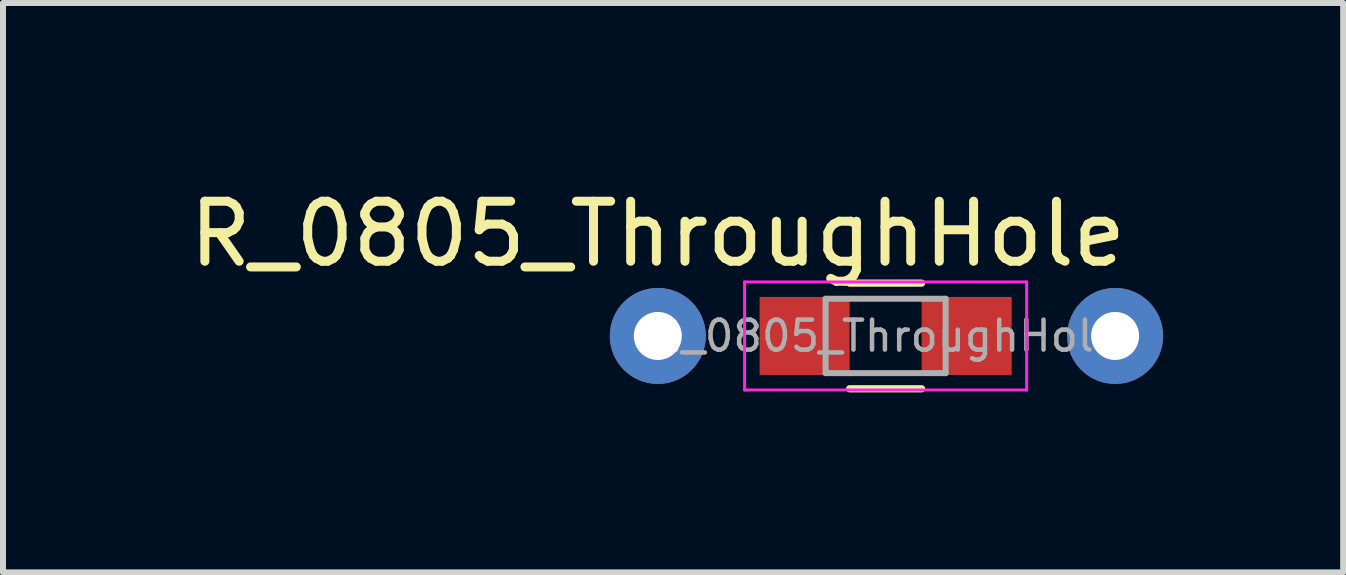
<source format=kicad_pcb>
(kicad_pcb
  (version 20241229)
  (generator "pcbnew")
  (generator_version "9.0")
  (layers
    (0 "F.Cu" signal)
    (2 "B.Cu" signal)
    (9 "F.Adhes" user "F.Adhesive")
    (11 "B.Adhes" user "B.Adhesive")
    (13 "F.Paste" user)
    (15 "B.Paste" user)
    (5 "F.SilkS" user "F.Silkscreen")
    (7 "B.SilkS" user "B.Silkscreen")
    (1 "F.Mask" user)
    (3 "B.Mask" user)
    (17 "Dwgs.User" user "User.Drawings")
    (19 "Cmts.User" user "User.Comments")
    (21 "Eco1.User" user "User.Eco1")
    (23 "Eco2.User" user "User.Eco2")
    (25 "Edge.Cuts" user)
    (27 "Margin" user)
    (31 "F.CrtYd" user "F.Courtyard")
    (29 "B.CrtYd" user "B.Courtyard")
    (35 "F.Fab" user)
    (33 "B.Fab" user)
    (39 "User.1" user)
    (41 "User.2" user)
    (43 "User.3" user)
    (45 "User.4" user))
  (footprint "R_0805_ThroughHole"
    (layer "F.Cu")
    (at 7.911 2.548)
    (property "Reference" "R_0805_ThroughHole" (at 0 -1.7 0) (layer "F.SilkS") (effects (font (size 1 1) (thickness 0.15))))
    (attr smd)
    (fp_line (start 3.196 -0.88) (end 4.396 -0.88) (stroke (width 0.12) (type solid)) (layer "F.SilkS"))
    (fp_line (start 4.396 0.88) (end 3.196 0.88) (stroke (width 0.12) (type solid)) (layer "F.SilkS"))
    (fp_line (start 1.446 -0.9) (end 1.446 0.9) (stroke (width 0.05) (type solid)) (layer "F.CrtYd"))
    (fp_line (start 1.446 -0.9) (end 6.146 -0.9) (stroke (width 0.05) (type solid)) (layer "F.CrtYd"))
    (fp_line (start 6.146 0.9) (end 1.446 0.9) (stroke (width 0.05) (type solid)) (layer "F.CrtYd"))
    (fp_line (start 6.146 0.9) (end 6.146 -0.9) (stroke (width 0.05) (type solid)) (layer "F.CrtYd"))
    (fp_line (start 2.796 -0.62) (end 4.796 -0.62) (stroke (width 0.1) (type solid)) (layer "F.Fab"))
    (fp_line (start 2.796 0.62) (end 2.796 -0.62) (stroke (width 0.1) (type solid)) (layer "F.Fab"))
    (fp_line (start 4.796 -0.62) (end 4.796 0.62) (stroke (width 0.1) (type solid)) (layer "F.Fab"))
    (fp_line (start 4.796 0.62) (end 2.796 0.62) (stroke (width 0.1) (type solid)) (layer "F.Fab"))
    (fp_text user "${REFERENCE}" (at 3.796 0 0) (layer "F.Fab") (effects (font (size 0.5 0.5) (thickness 0.075))))
    (pad "1" thru_hole circle (at 0 0) (size 1.6 1.6) (drill 0.8) (layers "*.Cu" "*.Mask"))
    (pad "1" smd rect (at 2.446 0) (size 1.5 1.3) (layers "F.Cu" "F.Mask" "F.Paste"))
    (pad "2" smd rect (at 5.146 0) (size 1.5 1.3) (layers "F.Cu" "F.Mask" "F.Paste"))
    (pad "2" thru_hole circle (at 7.62 0) (size 1.6 1.6) (drill 0.8) (layers "*.Cu" "*.Mask")))
  (gr_rect
    (start -3 -3)
    (end 19.331 6.488)
    (stroke (width 0.1) (type default))
    (fill no)
    (layer "Edge.Cuts")))
</source>
